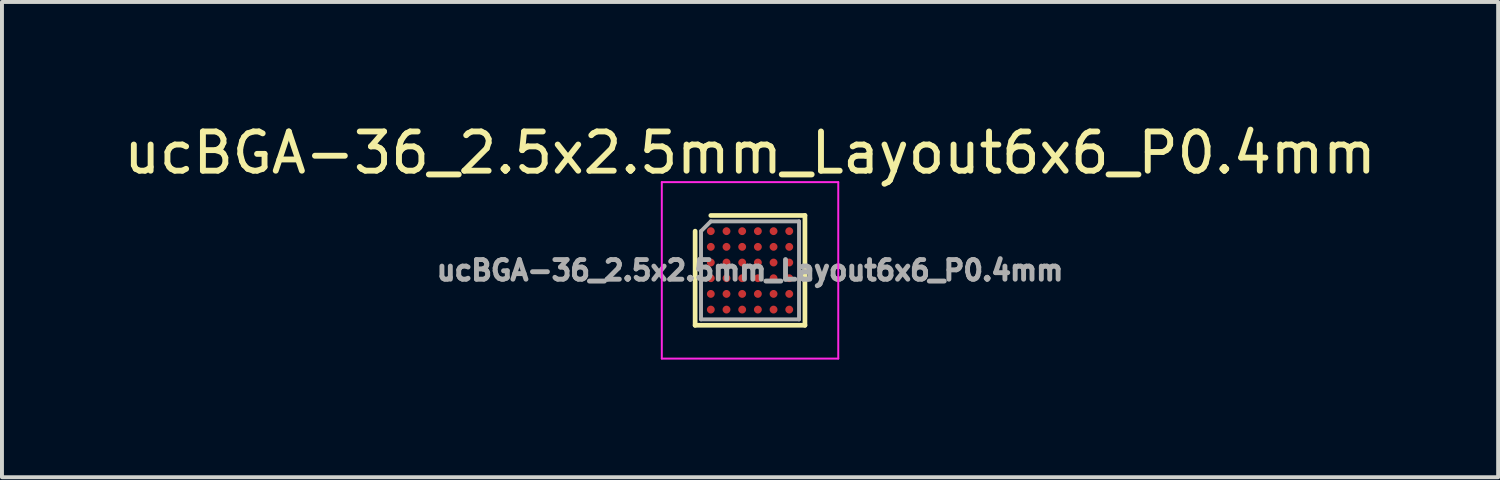
<source format=kicad_pcb>
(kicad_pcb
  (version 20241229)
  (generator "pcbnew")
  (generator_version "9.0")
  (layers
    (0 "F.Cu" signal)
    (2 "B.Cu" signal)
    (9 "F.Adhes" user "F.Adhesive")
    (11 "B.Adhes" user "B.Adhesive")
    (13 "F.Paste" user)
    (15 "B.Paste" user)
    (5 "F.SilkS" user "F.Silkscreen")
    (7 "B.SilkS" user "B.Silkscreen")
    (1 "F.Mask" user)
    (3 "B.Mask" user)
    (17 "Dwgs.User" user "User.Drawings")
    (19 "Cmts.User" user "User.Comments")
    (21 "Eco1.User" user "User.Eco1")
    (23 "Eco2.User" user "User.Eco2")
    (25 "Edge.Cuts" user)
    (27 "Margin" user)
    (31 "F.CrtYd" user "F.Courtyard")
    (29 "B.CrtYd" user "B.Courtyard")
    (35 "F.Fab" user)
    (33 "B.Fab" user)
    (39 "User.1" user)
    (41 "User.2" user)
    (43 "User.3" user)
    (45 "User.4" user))
  (footprint "ucBGA-36_2.5x2.5mm_Layout6x6_P0.4mm"
    (layer "F.Cu")
    (at 16.077 3.845)
    (property "Reference" "ucBGA-36_2.5x2.5mm_Layout6x6_P0.4mm" (at 0 -2.997 0) (layer "F.SilkS") (effects (font (size 1 1) (thickness 0.15))))
    (attr smd)
    (fp_line (start -1.4 -1) (end -1.4 1.4) (stroke (width 0.12) (type solid)) (layer "F.SilkS"))
    (fp_line (start -1.4 1.4) (end 1.4 1.4) (stroke (width 0.12) (type solid)) (layer "F.SilkS"))
    (fp_line (start 1.4 -1.4) (end -1 -1.4) (stroke (width 0.12) (type solid)) (layer "F.SilkS"))
    (fp_line (start 1.4 1.4) (end 1.4 -1.4) (stroke (width 0.12) (type solid)) (layer "F.SilkS"))
    (fp_line (start -2.25 -2.25) (end -2.25 2.25) (stroke (width 0.05) (type solid)) (layer "F.CrtYd"))
    (fp_line (start -2.25 -2.25) (end 2.25 -2.25) (stroke (width 0.05) (type solid)) (layer "F.CrtYd"))
    (fp_line (start -2.25 2.25) (end 2.25 2.25) (stroke (width 0.05) (type solid)) (layer "F.CrtYd"))
    (fp_line (start 2.25 2.25) (end 2.25 -2.25) (stroke (width 0.05) (type solid)) (layer "F.CrtYd"))
    (fp_line (start -1.25 -1) (end -1.25 1.25) (stroke (width 0.1) (type solid)) (layer "F.Fab"))
    (fp_line (start -1.25 1.25) (end 1.25 1.25) (stroke (width 0.1) (type solid)) (layer "F.Fab"))
    (fp_line (start -1 -1.25) (end -1.25 -1) (stroke (width 0.1) (type solid)) (layer "F.Fab"))
    (fp_line (start 1.25 -1.25) (end -1 -1.25) (stroke (width 0.1) (type solid)) (layer "F.Fab"))
    (fp_line (start 1.25 1.25) (end 1.25 -1.25) (stroke (width 0.1) (type solid)) (layer "F.Fab"))
    (fp_text user "${REFERENCE}" (at 0 0 0) (layer "F.Fab") (effects (font (size 0.5 0.5) (thickness 0.125))))
    (pad "A1" smd circle (at -1 -1) (size 0.2 0.2) (layers "F.Cu" "F.Mask" "F.Paste"))
    (pad "A2" smd circle (at -0.6 -1) (size 0.2 0.2) (layers "F.Cu" "F.Mask" "F.Paste"))
    (pad "A3" smd circle (at -0.2 -1) (size 0.2 0.2) (layers "F.Cu" "F.Mask" "F.Paste"))
    (pad "A4" smd circle (at 0.2 -1) (size 0.2 0.2) (layers "F.Cu" "F.Mask" "F.Paste"))
    (pad "A5" smd circle (at 0.6 -1) (size 0.2 0.2) (layers "F.Cu" "F.Mask" "F.Paste"))
    (pad "A6" smd circle (at 1 -1) (size 0.2 0.2) (layers "F.Cu" "F.Mask" "F.Paste"))
    (pad "B1" smd circle (at -1 -0.6) (size 0.2 0.2) (layers "F.Cu" "F.Mask" "F.Paste"))
    (pad "B2" smd circle (at -0.6 -0.6) (size 0.2 0.2) (layers "F.Cu" "F.Mask" "F.Paste"))
    (pad "B3" smd circle (at -0.2 -0.6) (size 0.2 0.2) (layers "F.Cu" "F.Mask" "F.Paste"))
    (pad "B4" smd circle (at 0.2 -0.6) (size 0.2 0.2) (layers "F.Cu" "F.Mask" "F.Paste"))
    (pad "B5" smd circle (at 0.6 -0.6) (size 0.2 0.2) (layers "F.Cu" "F.Mask" "F.Paste"))
    (pad "B6" smd circle (at 1 -0.6) (size 0.2 0.2) (layers "F.Cu" "F.Mask" "F.Paste"))
    (pad "C1" smd circle (at -1 -0.2) (size 0.2 0.2) (layers "F.Cu" "F.Mask" "F.Paste"))
    (pad "C2" smd circle (at -0.6 -0.2) (size 0.2 0.2) (layers "F.Cu" "F.Mask" "F.Paste"))
    (pad "C3" smd circle (at -0.2 -0.2) (size 0.2 0.2) (layers "F.Cu" "F.Mask" "F.Paste"))
    (pad "C4" smd circle (at 0.2 -0.2) (size 0.2 0.2) (layers "F.Cu" "F.Mask" "F.Paste"))
    (pad "C5" smd circle (at 0.6 -0.2) (size 0.2 0.2) (layers "F.Cu" "F.Mask" "F.Paste"))
    (pad "C6" smd circle (at 1 -0.2) (size 0.2 0.2) (layers "F.Cu" "F.Mask" "F.Paste"))
    (pad "D1" smd circle (at -1 0.2) (size 0.2 0.2) (layers "F.Cu" "F.Mask" "F.Paste"))
    (pad "D2" smd circle (at -0.6 0.2) (size 0.2 0.2) (layers "F.Cu" "F.Mask" "F.Paste"))
    (pad "D3" smd circle (at -0.2 0.2) (size 0.2 0.2) (layers "F.Cu" "F.Mask" "F.Paste"))
    (pad "D4" smd circle (at 0.2 0.2) (size 0.2 0.2) (layers "F.Cu" "F.Mask" "F.Paste"))
    (pad "D5" smd circle (at 0.6 0.2) (size 0.2 0.2) (layers "F.Cu" "F.Mask" "F.Paste"))
    (pad "D6" smd circle (at 1 0.2) (size 0.2 0.2) (layers "F.Cu" "F.Mask" "F.Paste"))
    (pad "E1" smd circle (at -1 0.6) (size 0.2 0.2) (layers "F.Cu" "F.Mask" "F.Paste"))
    (pad "E2" smd circle (at -0.6 0.6) (size 0.2 0.2) (layers "F.Cu" "F.Mask" "F.Paste"))
    (pad "E3" smd circle (at -0.2 0.6) (size 0.2 0.2) (layers "F.Cu" "F.Mask" "F.Paste"))
    (pad "E4" smd circle (at 0.2 0.6) (size 0.2 0.2) (layers "F.Cu" "F.Mask" "F.Paste"))
    (pad "E5" smd circle (at 0.6 0.6) (size 0.2 0.2) (layers "F.Cu" "F.Mask" "F.Paste"))
    (pad "E6" smd circle (at 1 0.6) (size 0.2 0.2) (layers "F.Cu" "F.Mask" "F.Paste"))
    (pad "F1" smd circle (at -1 1) (size 0.2 0.2) (layers "F.Cu" "F.Mask" "F.Paste"))
    (pad "F2" smd circle (at -0.6 1) (size 0.2 0.2) (layers "F.Cu" "F.Mask" "F.Paste"))
    (pad "F3" smd circle (at -0.2 1) (size 0.2 0.2) (layers "F.Cu" "F.Mask" "F.Paste"))
    (pad "F4" smd circle (at 0.2 1) (size 0.2 0.2) (layers "F.Cu" "F.Mask" "F.Paste"))
    (pad "F5" smd circle (at 0.6 1) (size 0.2 0.2) (layers "F.Cu" "F.Mask" "F.Paste"))
    (pad "F6" smd circle (at 1 1) (size 0.2 0.2) (layers "F.Cu" "F.Mask" "F.Paste")))
  (gr_rect
    (start -3 -3)
    (end 35.155 9.12)
    (stroke (width 0.1) (type default))
    (fill no)
    (layer "Edge.Cuts")))
</source>
